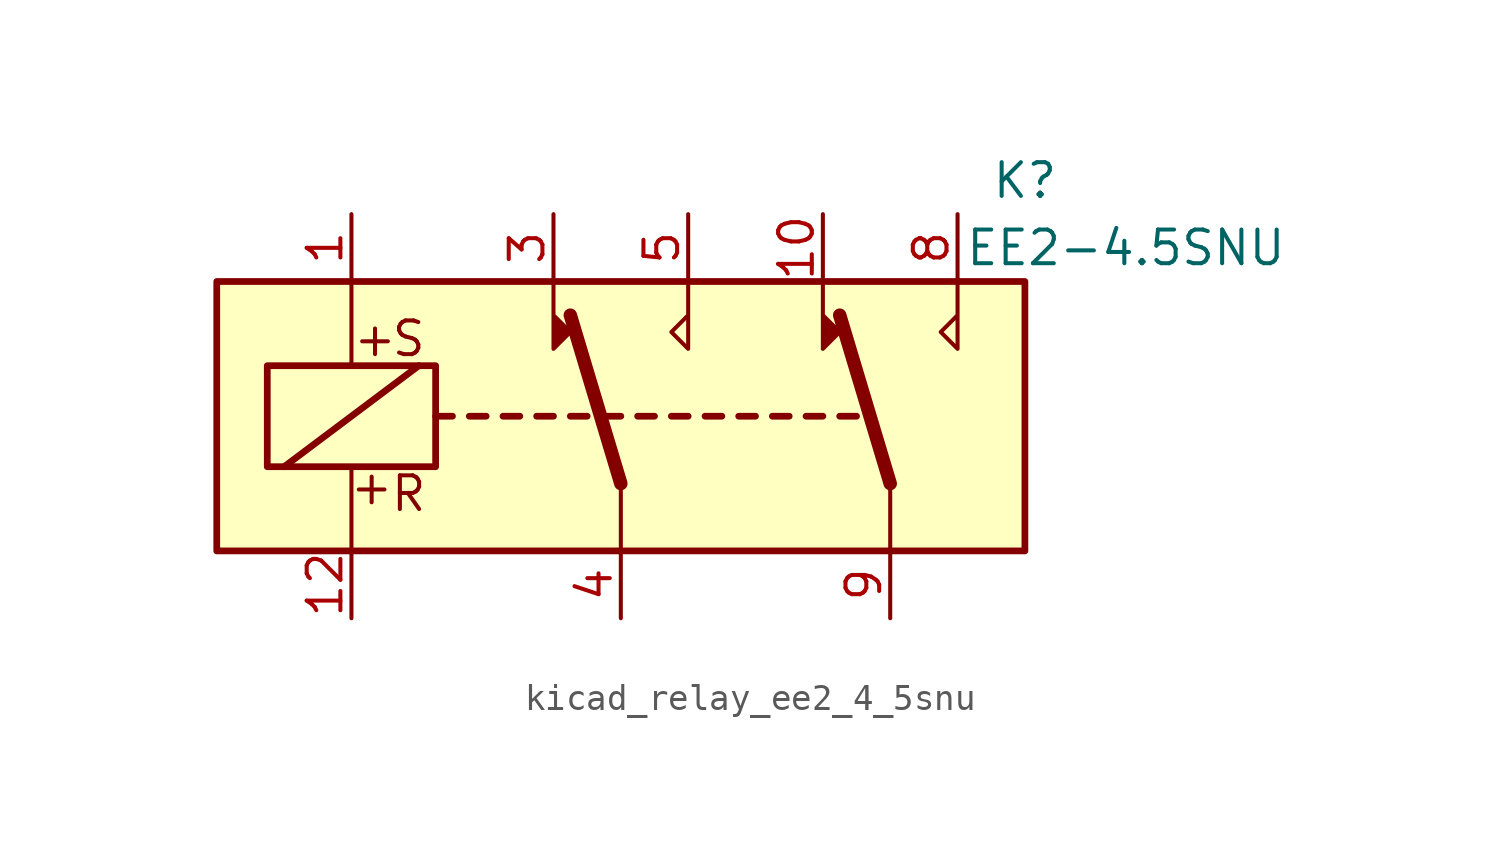
<source format=kicad_sym>
(kicad_symbol_lib
  (version 20220914)
  (generator kicad_symbol_editor)
  (symbol "kicad_relay_ee2_4_5snu"
    (property "Reference" "K"
      (at 15.24 8.89 0)
      (effects (font (size 1.27 1.27))))
    (property "Value" "EE2-4.5SNU"
      (at 19.05 6.35 0)
      (effects (font (size 1.27 1.27))))
    (symbol "kicad_relay_ee2_4_5snu_1_1"
      (rectangle (start -15.24 5.08) (end 15.24 -5.08) (stroke (width 0.254) (type default)) (fill (type background)))
      (rectangle (start -13.335 1.905) (end -6.985 -1.905) (stroke (width 0.254) (type default)) (fill (type none)))
      (polyline (pts (xy -12.7 -1.905) (xy -7.62 1.905)) (stroke (width 0.254) (type default)) (fill (type none)))
      (polyline (pts (xy -10.16 -5.08) (xy -10.16 -1.905)) (stroke (width 0) (type default)) (fill (type none)))
      (polyline (pts (xy -10.16 5.08) (xy -10.16 1.905)) (stroke (width 0) (type default)) (fill (type none)))
      (polyline (pts (xy -6.985 0) (xy -6.35 0)) (stroke (width 0.254) (type default)) (fill (type none)))
      (polyline (pts (xy -5.715 0) (xy -5.08 0)) (stroke (width 0.254) (type default)) (fill (type none)))
      (polyline (pts (xy -4.445 0) (xy -3.81 0)) (stroke (width 0.254) (type default)) (fill (type none)))
      (polyline (pts (xy -3.175 0) (xy -2.54 0)) (stroke (width 0.254) (type default)) (fill (type none)))
      (polyline (pts (xy -1.905 0) (xy -1.27 0)) (stroke (width 0.254) (type default)) (fill (type none)))
      (polyline (pts (xy -0.635 0) (xy 0 0)) (stroke (width 0.254) (type default)) (fill (type none)))
      (polyline (pts (xy 0 -2.54) (xy -1.905 3.81)) (stroke (width 0.508) (type default)) (fill (type none)))
      (polyline (pts (xy 0 -2.54) (xy 0 -5.08)) (stroke (width 0) (type default)) (fill (type none)))
      (polyline (pts (xy 0.635 0) (xy 1.27 0)) (stroke (width 0.254) (type default)) (fill (type none)))
      (polyline (pts (xy 1.905 0) (xy 2.54 0)) (stroke (width 0.254) (type default)) (fill (type none)))
      (polyline (pts (xy 3.175 0) (xy 3.81 0)) (stroke (width 0.254) (type default)) (fill (type none)))
      (polyline (pts (xy 4.445 0) (xy 5.08 0)) (stroke (width 0.254) (type default)) (fill (type none)))
      (polyline (pts (xy 5.715 0) (xy 6.35 0)) (stroke (width 0.254) (type default)) (fill (type none)))
      (polyline (pts (xy 6.985 0) (xy 7.62 0)) (stroke (width 0.254) (type default)) (fill (type none)))
      (polyline (pts (xy 8.255 0) (xy 8.89 0)) (stroke (width 0.254) (type default)) (fill (type none)))
      (polyline (pts (xy 10.16 -2.54) (xy 8.255 3.81)) (stroke (width 0.508) (type default)) (fill (type none)))
      (polyline (pts (xy 10.16 -2.54) (xy 10.16 -5.08)) (stroke (width 0) (type default)) (fill (type none)))
      (polyline (pts (xy -2.54 5.08) (xy -2.54 2.54) (xy -1.905 3.175) (xy -2.54 3.81)) (stroke (width 0) (type default)) (fill (type outline)))
      (polyline (pts (xy 2.54 5.08) (xy 2.54 2.54) (xy 1.905 3.175) (xy 2.54 3.81)) (stroke (width 0) (type default)) (fill (type none)))
      (polyline (pts (xy 7.62 5.08) (xy 7.62 2.54) (xy 8.255 3.175) (xy 7.62 3.81)) (stroke (width 0) (type default)) (fill (type outline)))
      (polyline (pts (xy 12.7 5.08) (xy 12.7 2.54) (xy 12.065 3.175) (xy 12.7 3.81)) (stroke (width 0) (type default)) (fill (type none)))
      (text "+" (at -9.398 -2.667 0) (effects (font (size 1.27 1.27))))
      (text "+" (at -9.271 2.921 0) (effects (font (size 1.27 1.27))))
      (text "R" (at -8.001 -2.921 0) (effects (font (size 1.27 1.27))))
      (text "S" (at -8.001 2.921 0) (effects (font (size 1.27 1.27))))
      (pin passive line (at -10.16 7.62 270) (length 2.54) (name "~" (effects (font (size 1.27 1.27)))) (number "1" (effects (font (size 1.27 1.27)))))
      (pin passive line (at 7.62 7.62 270) (length 2.54) (name "~" (effects (font (size 1.27 1.27)))) (number "10" (effects (font (size 1.27 1.27)))))
      (pin passive line (at -10.16 -7.62 90) (length 2.54) (name "~" (effects (font (size 1.27 1.27)))) (number "12" (effects (font (size 1.27 1.27)))))
      (pin passive line (at -2.54 7.62 270) (length 2.54) (name "~" (effects (font (size 1.27 1.27)))) (number "3" (effects (font (size 1.27 1.27)))))
      (pin passive line (at 0 -7.62 90) (length 2.54) (name "~" (effects (font (size 1.27 1.27)))) (number "4" (effects (font (size 1.27 1.27)))))
      (pin passive line (at 2.54 7.62 270) (length 2.54) (name "~" (effects (font (size 1.27 1.27)))) (number "5" (effects (font (size 1.27 1.27)))))
      (pin passive line (at 12.7 7.62 270) (length 2.54) (name "~" (effects (font (size 1.27 1.27)))) (number "8" (effects (font (size 1.27 1.27)))))
      (pin passive line (at 10.16 -7.62 90) (length 2.54) (name "~" (effects (font (size 1.27 1.27)))) (number "9" (effects (font (size 1.27 1.27))))))))
</source>
